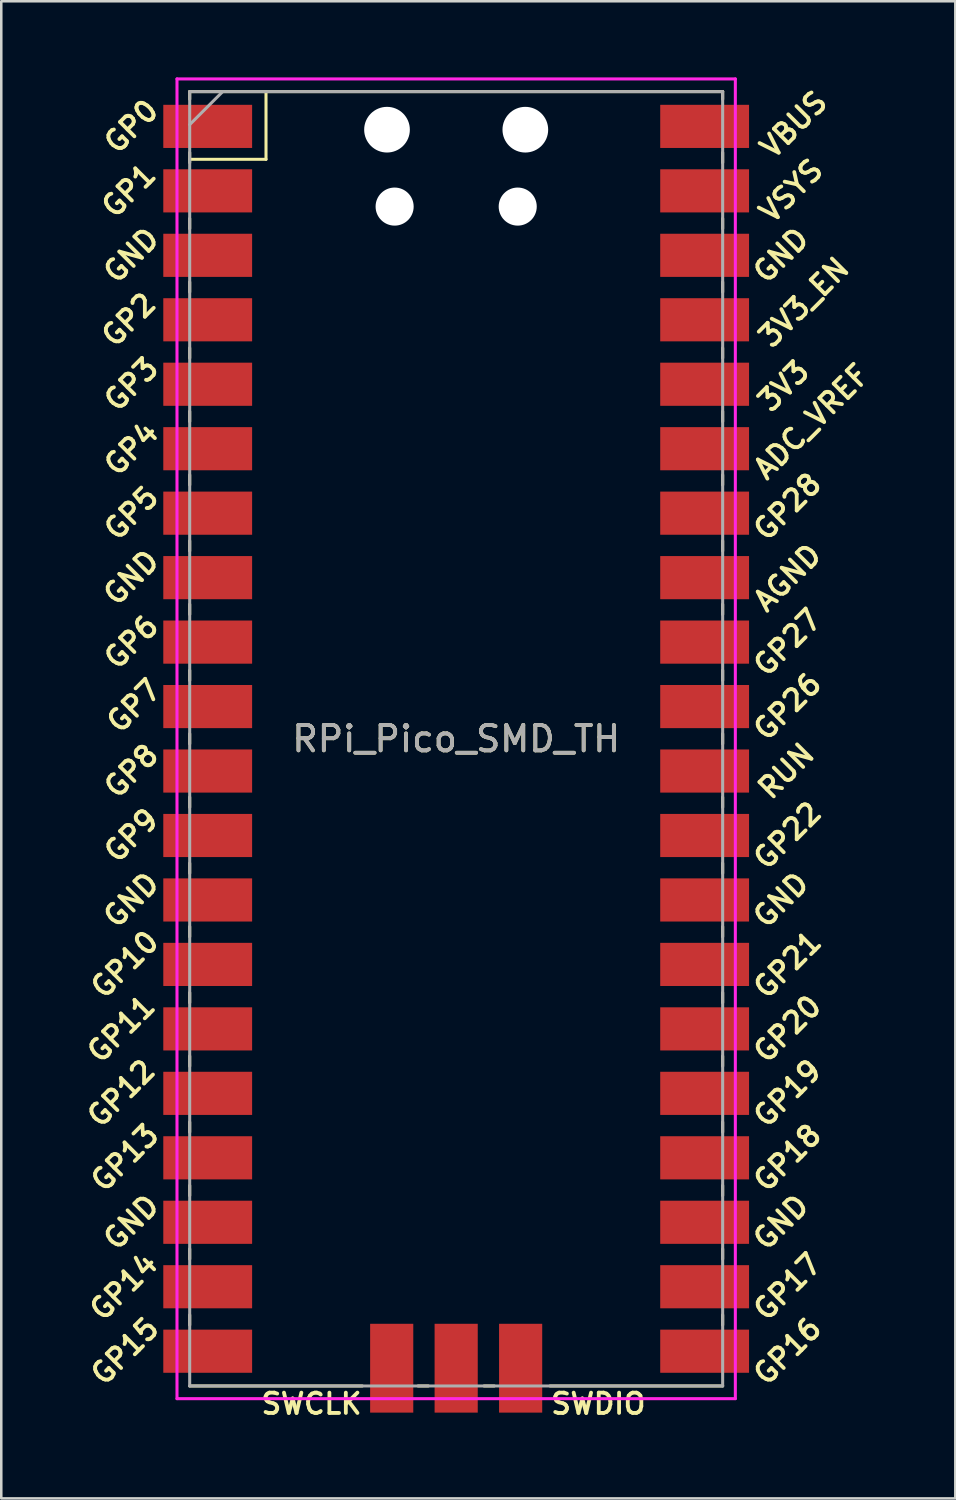
<source format=kicad_pcb>
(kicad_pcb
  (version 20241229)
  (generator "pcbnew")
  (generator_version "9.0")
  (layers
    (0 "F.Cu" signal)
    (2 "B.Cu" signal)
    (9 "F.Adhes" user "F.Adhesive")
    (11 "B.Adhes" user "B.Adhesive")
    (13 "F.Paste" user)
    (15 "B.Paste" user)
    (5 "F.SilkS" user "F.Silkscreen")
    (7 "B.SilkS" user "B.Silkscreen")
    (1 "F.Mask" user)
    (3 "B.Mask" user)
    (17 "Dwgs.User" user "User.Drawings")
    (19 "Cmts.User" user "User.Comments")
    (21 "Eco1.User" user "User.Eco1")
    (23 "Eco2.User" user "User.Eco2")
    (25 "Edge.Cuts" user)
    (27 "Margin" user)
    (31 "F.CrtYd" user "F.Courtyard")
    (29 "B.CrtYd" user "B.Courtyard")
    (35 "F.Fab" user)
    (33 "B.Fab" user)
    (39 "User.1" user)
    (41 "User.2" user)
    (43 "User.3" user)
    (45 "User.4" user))
  (footprint "RPi_Pico_SMD_TH"
    (layer "F.Cu")
    (at 14.924 26.06)
    (property "Reference" "RPi_Pico_SMD_TH" (at 0 0 0) (layer "F.SilkS") (effects (font (size 1 1) (thickness 0.15))))
    (attr through_hole)
    (fp_line (start -10.5 -25.5) (end -10.5 -25.2) (stroke (width 0.12) (type solid)) (layer "F.SilkS"))
    (fp_line (start -10.5 -25.5) (end 10.5 -25.5) (stroke (width 0.12) (type solid)) (layer "F.SilkS"))
    (fp_line (start -10.5 -23.1) (end -10.5 -22.7) (stroke (width 0.12) (type solid)) (layer "F.SilkS"))
    (fp_line (start -10.5 -22.833) (end -7.493 -22.833) (stroke (width 0.12) (type solid)) (layer "F.SilkS"))
    (fp_line (start -10.5 -20.5) (end -10.5 -20.1) (stroke (width 0.12) (type solid)) (layer "F.SilkS"))
    (fp_line (start -10.5 -18) (end -10.5 -17.6) (stroke (width 0.12) (type solid)) (layer "F.SilkS"))
    (fp_line (start -10.5 -15.4) (end -10.5 -15) (stroke (width 0.12) (type solid)) (layer "F.SilkS"))
    (fp_line (start -10.5 -12.9) (end -10.5 -12.5) (stroke (width 0.12) (type solid)) (layer "F.SilkS"))
    (fp_line (start -10.5 -10.4) (end -10.5 -10) (stroke (width 0.12) (type solid)) (layer "F.SilkS"))
    (fp_line (start -10.5 -7.8) (end -10.5 -7.4) (stroke (width 0.12) (type solid)) (layer "F.SilkS"))
    (fp_line (start -10.5 -5.3) (end -10.5 -4.9) (stroke (width 0.12) (type solid)) (layer "F.SilkS"))
    (fp_line (start -10.5 -2.7) (end -10.5 -2.3) (stroke (width 0.12) (type solid)) (layer "F.SilkS"))
    (fp_line (start -10.5 -0.2) (end -10.5 0.2) (stroke (width 0.12) (type solid)) (layer "F.SilkS"))
    (fp_line (start -10.5 2.3) (end -10.5 2.7) (stroke (width 0.12) (type solid)) (layer "F.SilkS"))
    (fp_line (start -10.5 4.9) (end -10.5 5.3) (stroke (width 0.12) (type solid)) (layer "F.SilkS"))
    (fp_line (start -10.5 7.4) (end -10.5 7.8) (stroke (width 0.12) (type solid)) (layer "F.SilkS"))
    (fp_line (start -10.5 10) (end -10.5 10.4) (stroke (width 0.12) (type solid)) (layer "F.SilkS"))
    (fp_line (start -10.5 12.5) (end -10.5 12.9) (stroke (width 0.12) (type solid)) (layer "F.SilkS"))
    (fp_line (start -10.5 15.1) (end -10.5 15.5) (stroke (width 0.12) (type solid)) (layer "F.SilkS"))
    (fp_line (start -10.5 17.6) (end -10.5 18) (stroke (width 0.12) (type solid)) (layer "F.SilkS"))
    (fp_line (start -10.5 20.1) (end -10.5 20.5) (stroke (width 0.12) (type solid)) (layer "F.SilkS"))
    (fp_line (start -10.5 22.7) (end -10.5 23.1) (stroke (width 0.12) (type solid)) (layer "F.SilkS"))
    (fp_line (start -7.493 -22.833) (end -7.493 -25.5) (stroke (width 0.12) (type solid)) (layer "F.SilkS"))
    (fp_line (start -3.7 25.5) (end -10.5 25.5) (stroke (width 0.12) (type solid)) (layer "F.SilkS"))
    (fp_line (start -1.5 25.5) (end -1.1 25.5) (stroke (width 0.12) (type solid)) (layer "F.SilkS"))
    (fp_line (start 1.1 25.5) (end 1.5 25.5) (stroke (width 0.12) (type solid)) (layer "F.SilkS"))
    (fp_line (start 10.5 -25.5) (end 10.5 -25.2) (stroke (width 0.12) (type solid)) (layer "F.SilkS"))
    (fp_line (start 10.5 -23.1) (end 10.5 -22.7) (stroke (width 0.12) (type solid)) (layer "F.SilkS"))
    (fp_line (start 10.5 -20.5) (end 10.5 -20.1) (stroke (width 0.12) (type solid)) (layer "F.SilkS"))
    (fp_line (start 10.5 -18) (end 10.5 -17.6) (stroke (width 0.12) (type solid)) (layer "F.SilkS"))
    (fp_line (start 10.5 -15.4) (end 10.5 -15) (stroke (width 0.12) (type solid)) (layer "F.SilkS"))
    (fp_line (start 10.5 -12.9) (end 10.5 -12.5) (stroke (width 0.12) (type solid)) (layer "F.SilkS"))
    (fp_line (start 10.5 -10.4) (end 10.5 -10) (stroke (width 0.12) (type solid)) (layer "F.SilkS"))
    (fp_line (start 10.5 -7.8) (end 10.5 -7.4) (stroke (width 0.12) (type solid)) (layer "F.SilkS"))
    (fp_line (start 10.5 -5.3) (end 10.5 -4.9) (stroke (width 0.12) (type solid)) (layer "F.SilkS"))
    (fp_line (start 10.5 -2.7) (end 10.5 -2.3) (stroke (width 0.12) (type solid)) (layer "F.SilkS"))
    (fp_line (start 10.5 -0.2) (end 10.5 0.2) (stroke (width 0.12) (type solid)) (layer "F.SilkS"))
    (fp_line (start 10.5 2.3) (end 10.5 2.7) (stroke (width 0.12) (type solid)) (layer "F.SilkS"))
    (fp_line (start 10.5 4.9) (end 10.5 5.3) (stroke (width 0.12) (type solid)) (layer "F.SilkS"))
    (fp_line (start 10.5 7.4) (end 10.5 7.8) (stroke (width 0.12) (type solid)) (layer "F.SilkS"))
    (fp_line (start 10.5 10) (end 10.5 10.4) (stroke (width 0.12) (type solid)) (layer "F.SilkS"))
    (fp_line (start 10.5 12.5) (end 10.5 12.9) (stroke (width 0.12) (type solid)) (layer "F.SilkS"))
    (fp_line (start 10.5 15.1) (end 10.5 15.5) (stroke (width 0.12) (type solid)) (layer "F.SilkS"))
    (fp_line (start 10.5 17.6) (end 10.5 18) (stroke (width 0.12) (type solid)) (layer "F.SilkS"))
    (fp_line (start 10.5 20.1) (end 10.5 20.5) (stroke (width 0.12) (type solid)) (layer "F.SilkS"))
    (fp_line (start 10.5 22.7) (end 10.5 23.1) (stroke (width 0.12) (type solid)) (layer "F.SilkS"))
    (fp_line (start 10.5 25.5) (end 3.7 25.5) (stroke (width 0.12) (type solid)) (layer "F.SilkS"))
    (fp_line (start -11 -26) (end 11 -26) (stroke (width 0.12) (type solid)) (layer "F.CrtYd"))
    (fp_line (start -11 26) (end -11 -26) (stroke (width 0.12) (type solid)) (layer "F.CrtYd"))
    (fp_line (start 11 -26) (end 11 26) (stroke (width 0.12) (type solid)) (layer "F.CrtYd"))
    (fp_line (start 11 26) (end -11 26) (stroke (width 0.12) (type solid)) (layer "F.CrtYd"))
    (fp_line (start -10.5 -25.5) (end 10.5 -25.5) (stroke (width 0.12) (type solid)) (layer "F.Fab"))
    (fp_line (start -10.5 -24.2) (end -9.2 -25.5) (stroke (width 0.12) (type solid)) (layer "F.Fab"))
    (fp_line (start -10.5 25.5) (end -10.5 -25.5) (stroke (width 0.12) (type solid)) (layer "F.Fab"))
    (fp_line (start 10.5 -25.5) (end 10.5 25.5) (stroke (width 0.12) (type solid)) (layer "F.Fab"))
    (fp_line (start 10.5 25.5) (end -10.5 25.5) (stroke (width 0.12) (type solid)) (layer "F.Fab"))
    (fp_text user "VBUS" (at 13.3 -24.2 45) (layer "F.SilkS") (effects (font (size 0.8 0.8) (thickness 0.15))))
    (fp_text user "GP10" (at -13.054 8.89 45) (layer "F.SilkS") (effects (font (size 0.8 0.8) (thickness 0.15))))
    (fp_text user "GP20" (at 13.054 11.43 45) (layer "F.SilkS") (effects (font (size 0.8 0.8) (thickness 0.15))))
    (fp_text user "GP3" (at -12.8 -13.97 45) (layer "F.SilkS") (effects (font (size 0.8 0.8) (thickness 0.15))))
    (fp_text user "VSYS" (at 13.2 -21.59 45) (layer "F.SilkS") (effects (font (size 0.8 0.8) (thickness 0.15))))
    (fp_text user "GP21" (at 13.054 8.9 45) (layer "F.SilkS") (effects (font (size 0.8 0.8) (thickness 0.15))))
    (fp_text user "RUN" (at 13 1.27 45) (layer "F.SilkS") (effects (font (size 0.8 0.8) (thickness 0.15))))
    (fp_text user "GP6" (at -12.8 -3.81 45) (layer "F.SilkS") (effects (font (size 0.8 0.8) (thickness 0.15))))
    (fp_text user "GP12" (at -13.2 13.97 45) (layer "F.SilkS") (effects (font (size 0.8 0.8) (thickness 0.15))))
    (fp_text user "GND" (at -12.8 19.05 45) (layer "F.SilkS") (effects (font (size 0.8 0.8) (thickness 0.15))))
    (fp_text user "GND" (at -12.8 -19.05 45) (layer "F.SilkS") (effects (font (size 0.8 0.8) (thickness 0.15))))
    (fp_text user "GP11" (at -13.2 11.43 45) (layer "F.SilkS") (effects (font (size 0.8 0.8) (thickness 0.15))))
    (fp_text user "ADC_VREF" (at 14 -12.5 45) (layer "F.SilkS") (effects (font (size 0.8 0.8) (thickness 0.15))))
    (fp_text user "GP1" (at -12.9 -21.6 45) (layer "F.SilkS") (effects (font (size 0.8 0.8) (thickness 0.15))))
    (fp_text user "AGND" (at 13.054 -6.35 45) (layer "F.SilkS") (effects (font (size 0.8 0.8) (thickness 0.15))))
    (fp_text user "3V3_EN" (at 13.7 -17.2 45) (layer "F.SilkS") (effects (font (size 0.8 0.8) (thickness 0.15))))
    (fp_text user "GP22" (at 13.054 3.81 45) (layer "F.SilkS") (effects (font (size 0.8 0.8) (thickness 0.15))))
    (fp_text user "GND" (at 12.8 6.35 45) (layer "F.SilkS") (effects (font (size 0.8 0.8) (thickness 0.15))))
    (fp_text user "GND" (at -12.8 -6.35 45) (layer "F.SilkS") (effects (font (size 0.8 0.8) (thickness 0.15))))
    (fp_text user "GP2" (at -12.9 -16.51 45) (layer "F.SilkS") (effects (font (size 0.8 0.8) (thickness 0.15))))
    (fp_text user "GND" (at 12.8 19.05 45) (layer "F.SilkS") (effects (font (size 0.8 0.8) (thickness 0.15))))
    (fp_text user "SWCLK" (at -5.7 26.2 0) (layer "F.SilkS") (effects (font (size 0.8 0.8) (thickness 0.15))))
    (fp_text user "GP5" (at -12.8 -8.89 45) (layer "F.SilkS") (effects (font (size 0.8 0.8) (thickness 0.15))))
    (fp_text user "GP17" (at 13.054 21.59 45) (layer "F.SilkS") (effects (font (size 0.8 0.8) (thickness 0.15))))
    (fp_text user "GP0" (at -12.8 -24.13 45) (layer "F.SilkS") (effects (font (size 0.8 0.8) (thickness 0.15))))
    (fp_text user "GP18" (at 13.054 16.51 45) (layer "F.SilkS") (effects (font (size 0.8 0.8) (thickness 0.15))))
    (fp_text user "GP15" (at -13.054 24.13 45) (layer "F.SilkS") (effects (font (size 0.8 0.8) (thickness 0.15))))
    (fp_text user "SWDIO" (at 5.6 26.2 0) (layer "F.SilkS") (effects (font (size 0.8 0.8) (thickness 0.15))))
    (fp_text user "3V3" (at 12.9 -13.9 45) (layer "F.SilkS") (effects (font (size 0.8 0.8) (thickness 0.15))))
    (fp_text user "GP8" (at -12.8 1.27 45) (layer "F.SilkS") (effects (font (size 0.8 0.8) (thickness 0.15))))
    (fp_text user "GP26" (at 13.054 -1.27 45) (layer "F.SilkS") (effects (font (size 0.8 0.8) (thickness 0.15))))
    (fp_text user "GP7" (at -12.7 -1.3 45) (layer "F.SilkS") (effects (font (size 0.8 0.8) (thickness 0.15))))
    (fp_text user "GP27" (at 13.054 -3.8 45) (layer "F.SilkS") (effects (font (size 0.8 0.8) (thickness 0.15))))
    (fp_text user "GND" (at 12.8 -19.05 45) (layer "F.SilkS") (effects (font (size 0.8 0.8) (thickness 0.15))))
    (fp_text user "GP9" (at -12.8 3.81 45) (layer "F.SilkS") (effects (font (size 0.8 0.8) (thickness 0.15))))
    (fp_text user "GP16" (at 13.054 24.13 45) (layer "F.SilkS") (effects (font (size 0.8 0.8) (thickness 0.15))))
    (fp_text user "GP19" (at 13.054 13.97 45) (layer "F.SilkS") (effects (font (size 0.8 0.8) (thickness 0.15))))
    (fp_text user "GP28" (at 13.054 -9.144 45) (layer "F.SilkS") (effects (font (size 0.8 0.8) (thickness 0.15))))
    (fp_text user "GP13" (at -13.054 16.51 45) (layer "F.SilkS") (effects (font (size 0.8 0.8) (thickness 0.15))))
    (fp_text user "GP4" (at -12.8 -11.43 45) (layer "F.SilkS") (effects (font (size 0.8 0.8) (thickness 0.15))))
    (fp_text user "GP14" (at -13.1 21.59 45) (layer "F.SilkS") (effects (font (size 0.8 0.8) (thickness 0.15))))
    (fp_text user "GND" (at -12.8 6.35 45) (layer "F.SilkS") (effects (font (size 0.8 0.8) (thickness 0.15))))
    (fp_text user "${REFERENCE}" (at 0 0 180) (layer "F.Fab") (effects (font (size 1 1) (thickness 0.15))))
    (pad "" np_thru_hole oval (at -2.725 -24) (size 1.8 1.8) (drill 1.8) (layers "*.Cu" "*.Mask"))
    (pad "" np_thru_hole oval (at -2.425 -20.97) (size 1.5 1.5) (drill 1.5) (layers "*.Cu" "*.Mask"))
    (pad "" np_thru_hole oval (at 2.425 -20.97) (size 1.5 1.5) (drill 1.5) (layers "*.Cu" "*.Mask"))
    (pad "" np_thru_hole oval (at 2.725 -24) (size 1.8 1.8) (drill 1.8) (layers "*.Cu" "*.Mask"))
    (pad "1" smd rect (at -8.89 -24.13) (size 3.5 1.7) (drill (offset -0.9 0)) (layers "F.Cu" "F.Mask"))
    (pad "2" smd rect (at -8.89 -21.59) (size 3.5 1.7) (drill (offset -0.9 0)) (layers "F.Cu" "F.Mask"))
    (pad "3" smd rect (at -8.89 -19.05) (size 3.5 1.7) (drill (offset -0.9 0)) (layers "F.Cu" "F.Mask"))
    (pad "4" smd rect (at -8.89 -16.51) (size 3.5 1.7) (drill (offset -0.9 0)) (layers "F.Cu" "F.Mask"))
    (pad "5" smd rect (at -8.89 -13.97) (size 3.5 1.7) (drill (offset -0.9 0)) (layers "F.Cu" "F.Mask"))
    (pad "6" smd rect (at -8.89 -11.43) (size 3.5 1.7) (drill (offset -0.9 0)) (layers "F.Cu" "F.Mask"))
    (pad "7" smd rect (at -8.89 -8.89) (size 3.5 1.7) (drill (offset -0.9 0)) (layers "F.Cu" "F.Mask"))
    (pad "8" smd rect (at -8.89 -6.35) (size 3.5 1.7) (drill (offset -0.9 0)) (layers "F.Cu" "F.Mask"))
    (pad "9" smd rect (at -8.89 -3.81) (size 3.5 1.7) (drill (offset -0.9 0)) (layers "F.Cu" "F.Mask"))
    (pad "10" smd rect (at -8.89 -1.27) (size 3.5 1.7) (drill (offset -0.9 0)) (layers "F.Cu" "F.Mask"))
    (pad "11" smd rect (at -8.89 1.27) (size 3.5 1.7) (drill (offset -0.9 0)) (layers "F.Cu" "F.Mask"))
    (pad "12" smd rect (at -8.89 3.81) (size 3.5 1.7) (drill (offset -0.9 0)) (layers "F.Cu" "F.Mask"))
    (pad "13" smd rect (at -8.89 6.35) (size 3.5 1.7) (drill (offset -0.9 0)) (layers "F.Cu" "F.Mask"))
    (pad "14" smd rect (at -8.89 8.89) (size 3.5 1.7) (drill (offset -0.9 0)) (layers "F.Cu" "F.Mask"))
    (pad "15" smd rect (at -8.89 11.43) (size 3.5 1.7) (drill (offset -0.9 0)) (layers "F.Cu" "F.Mask"))
    (pad "16" smd rect (at -8.89 13.97) (size 3.5 1.7) (drill (offset -0.9 0)) (layers "F.Cu" "F.Mask"))
    (pad "17" smd rect (at -8.89 16.51) (size 3.5 1.7) (drill (offset -0.9 0)) (layers "F.Cu" "F.Mask"))
    (pad "18" smd rect (at -8.89 19.05) (size 3.5 1.7) (drill (offset -0.9 0)) (layers "F.Cu" "F.Mask"))
    (pad "19" smd rect (at -8.89 21.59) (size 3.5 1.7) (drill (offset -0.9 0)) (layers "F.Cu" "F.Mask"))
    (pad "20" smd rect (at -8.89 24.13) (size 3.5 1.7) (drill (offset -0.9 0)) (layers "F.Cu" "F.Mask"))
    (pad "21" smd rect (at 8.89 24.13) (size 3.5 1.7) (drill (offset 0.9 0)) (layers "F.Cu" "F.Mask"))
    (pad "22" smd rect (at 8.89 21.59) (size 3.5 1.7) (drill (offset 0.9 0)) (layers "F.Cu" "F.Mask"))
    (pad "23" smd rect (at 8.89 19.05) (size 3.5 1.7) (drill (offset 0.9 0)) (layers "F.Cu" "F.Mask"))
    (pad "24" smd rect (at 8.89 16.51) (size 3.5 1.7) (drill (offset 0.9 0)) (layers "F.Cu" "F.Mask"))
    (pad "25" smd rect (at 8.89 13.97) (size 3.5 1.7) (drill (offset 0.9 0)) (layers "F.Cu" "F.Mask"))
    (pad "26" smd rect (at 8.89 11.43) (size 3.5 1.7) (drill (offset 0.9 0)) (layers "F.Cu" "F.Mask"))
    (pad "27" smd rect (at 8.89 8.89) (size 3.5 1.7) (drill (offset 0.9 0)) (layers "F.Cu" "F.Mask"))
    (pad "28" smd rect (at 8.89 6.35) (size 3.5 1.7) (drill (offset 0.9 0)) (layers "F.Cu" "F.Mask"))
    (pad "29" smd rect (at 8.89 3.81) (size 3.5 1.7) (drill (offset 0.9 0)) (layers "F.Cu" "F.Mask"))
    (pad "30" smd rect (at 8.89 1.27) (size 3.5 1.7) (drill (offset 0.9 0)) (layers "F.Cu" "F.Mask"))
    (pad "31" smd rect (at 8.89 -1.27) (size 3.5 1.7) (drill (offset 0.9 0)) (layers "F.Cu" "F.Mask"))
    (pad "32" smd rect (at 8.89 -3.81) (size 3.5 1.7) (drill (offset 0.9 0)) (layers "F.Cu" "F.Mask"))
    (pad "33" smd rect (at 8.89 -6.35) (size 3.5 1.7) (drill (offset 0.9 0)) (layers "F.Cu" "F.Mask"))
    (pad "34" smd rect (at 8.89 -8.89) (size 3.5 1.7) (drill (offset 0.9 0)) (layers "F.Cu" "F.Mask"))
    (pad "35" smd rect (at 8.89 -11.43) (size 3.5 1.7) (drill (offset 0.9 0)) (layers "F.Cu" "F.Mask"))
    (pad "36" smd rect (at 8.89 -13.97) (size 3.5 1.7) (drill (offset 0.9 0)) (layers "F.Cu" "F.Mask"))
    (pad "37" smd rect (at 8.89 -16.51) (size 3.5 1.7) (drill (offset 0.9 0)) (layers "F.Cu" "F.Mask"))
    (pad "38" smd rect (at 8.89 -19.05) (size 3.5 1.7) (drill (offset 0.9 0)) (layers "F.Cu" "F.Mask"))
    (pad "39" smd rect (at 8.89 -21.59) (size 3.5 1.7) (drill (offset 0.9 0)) (layers "F.Cu" "F.Mask"))
    (pad "40" smd rect (at 8.89 -24.13) (size 3.5 1.7) (drill (offset 0.9 0)) (layers "F.Cu" "F.Mask"))
    (pad "41" smd rect (at -2.54 23.9 90) (size 3.5 1.7) (drill (offset -0.9 0)) (layers "F.Cu" "F.Mask"))
    (pad "42" smd rect (at 0 23.9 90) (size 3.5 1.7) (drill (offset -0.9 0)) (layers "F.Cu" "F.Mask"))
    (pad "43" smd rect (at 2.54 23.9 90) (size 3.5 1.7) (drill (offset -0.9 0)) (layers "F.Cu" "F.Mask"))
    (zone (net_name "") (layer "F.Cu") (hatch edge 0.508) (connect_pads) (min_thickness 0.254) (filled_areas_thickness no) (keepout (tracks not_allowed) (vias not_allowed) (pads not_allowed) (copperpour not_allowed) (footprints allowed)) (placement (enabled no)) (fill) (polygon (pts (xy 13.624 14.76) (xy 11.224 14.76) (xy 11.224 7.36) (xy 13.624 7.36))))
    (zone (net_name "") (layer "F.Cu") (hatch edge 0.508) (connect_pads) (min_thickness 0.254) (filled_areas_thickness no) (keepout (tracks not_allowed) (vias not_allowed) (pads not_allowed) (copperpour not_allowed) (footprints allowed)) (placement (enabled no)) (fill) (polygon (pts (xy 18.724 5.96) (xy 11.124 5.96) (xy 11.124 1.06) (xy 18.724 1.06)))))
  (gr_rect
    (start -3 -3)
    (end 34.591 55.991)
    (stroke (width 0.1) (type default))
    (fill no)
    (layer "Edge.Cuts")))
</source>
